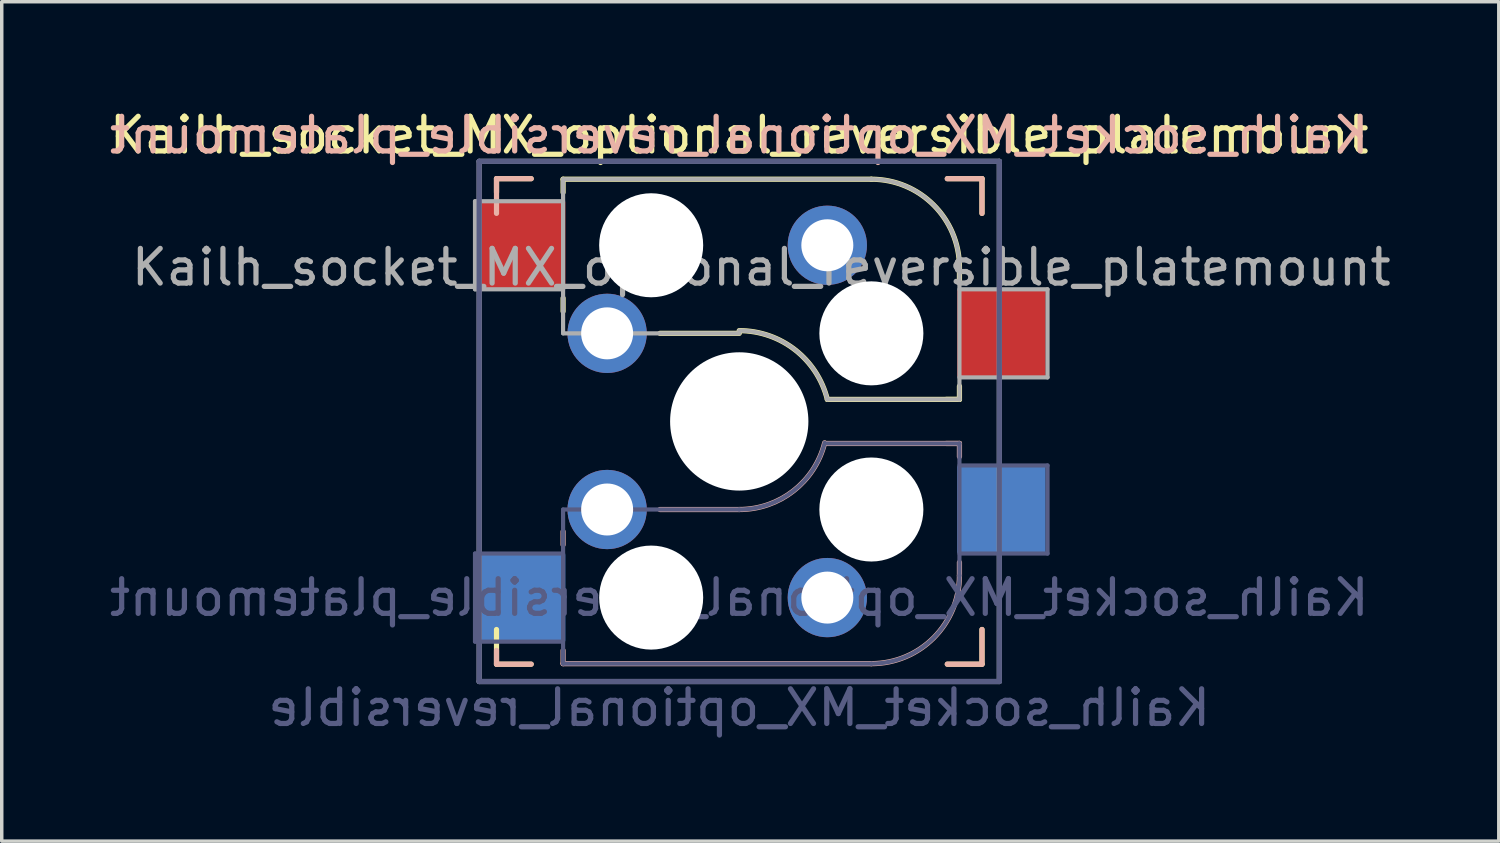
<source format=kicad_pcb>
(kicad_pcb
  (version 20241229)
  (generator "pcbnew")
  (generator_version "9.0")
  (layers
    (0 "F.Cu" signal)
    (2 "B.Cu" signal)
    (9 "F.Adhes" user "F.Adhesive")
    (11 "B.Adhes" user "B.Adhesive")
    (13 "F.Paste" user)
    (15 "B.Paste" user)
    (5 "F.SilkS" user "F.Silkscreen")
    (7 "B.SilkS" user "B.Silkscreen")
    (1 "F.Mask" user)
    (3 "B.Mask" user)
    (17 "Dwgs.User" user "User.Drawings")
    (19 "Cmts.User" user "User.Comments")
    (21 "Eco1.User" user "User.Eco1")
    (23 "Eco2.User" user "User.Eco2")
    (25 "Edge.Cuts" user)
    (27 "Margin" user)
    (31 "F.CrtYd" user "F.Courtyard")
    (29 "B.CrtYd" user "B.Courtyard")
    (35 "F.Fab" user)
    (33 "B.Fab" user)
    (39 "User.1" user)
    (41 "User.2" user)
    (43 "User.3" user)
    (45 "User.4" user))
  (footprint "Kailh_socket_MX_optional_reversible_platemount"
    (layer "F.Cu")
    (at 18.268 9.103)
    (property "Reference" "Kailh_socket_MX_optional_reversible_platemount" (at 0 -8.255 0) (layer "F.SilkS") (effects (font (size 1 1) (thickness 0.15))))
    (property "Value" "Kailh_socket_MX_optional_reversible" (at 0 8.255 0) (layer "F.Fab") (hide yes) (effects (font (size 1 1) (thickness 0.15))))
    (attr smd)
    (fp_line (start -7 -7) (end -6 -7) (stroke (width 0.15) (type solid)) (layer "F.SilkS"))
    (fp_line (start -7 -6.604) (end -7 -7) (stroke (width 0.15) (type solid)) (layer "F.SilkS"))
    (fp_line (start -7 7) (end -7 6) (stroke (width 0.15) (type solid)) (layer "F.SilkS"))
    (fp_line (start -6 7) (end -7 7) (stroke (width 0.15) (type solid)) (layer "F.SilkS"))
    (fp_line (start -5.08 -6.985) (end -5.08 -6.604) (stroke (width 0.15) (type solid)) (layer "F.SilkS"))
    (fp_line (start -5.08 -3.556) (end -5.08 -3.175) (stroke (width 0.15) (type solid)) (layer "F.SilkS"))
    (fp_line (start -2.286 -2.54) (end 0 -2.54) (stroke (width 0.15) (type solid)) (layer "F.SilkS"))
    (fp_line (start 2.54 -0.635) (end 6.35 -0.635) (stroke (width 0.15) (type solid)) (layer "F.SilkS"))
    (fp_line (start 3.81 -6.985) (end -5.08 -6.985) (stroke (width 0.15) (type solid)) (layer "F.SilkS"))
    (fp_line (start 5.969 -0.635) (end 6.35 -0.635) (stroke (width 0.15) (type solid)) (layer "F.SilkS"))
    (fp_line (start 6 -7) (end 7 -7) (stroke (width 0.15) (type solid)) (layer "F.SilkS"))
    (fp_line (start 6.35 -4.445) (end 6.35 -4.064) (stroke (width 0.15) (type solid)) (layer "F.SilkS"))
    (fp_line (start 6.35 -0.635) (end 6.35 -1.016) (stroke (width 0.15) (type solid)) (layer "F.SilkS"))
    (fp_line (start 7 -7) (end 7 -6) (stroke (width 0.15) (type solid)) (layer "F.SilkS"))
    (fp_line (start 7 6) (end 7 7) (stroke (width 0.15) (type solid)) (layer "F.SilkS"))
    (fp_line (start 7 7) (end 6 7) (stroke (width 0.15) (type solid)) (layer "F.SilkS"))
    (fp_arc (start 0.000001 -2.618171) (mid 1.611255 -2.063656) (end 2.539999 -0.634999) (stroke (width 0.15) (type solid)) (layer "F.SilkS"))
    (fp_arc (start 3.81 -6.985) (mid 5.606051 -6.241051) (end 6.35 -4.445) (stroke (width 0.15) (type solid)) (layer "F.SilkS"))
    (fp_line (start -7 -7) (end -6 -7) (stroke (width 0.15) (type solid)) (layer "B.SilkS"))
    (fp_line (start -7 -6) (end -7 -7) (stroke (width 0.15) (type solid)) (layer "B.SilkS"))
    (fp_line (start -7 7) (end -7 6.604) (stroke (width 0.15) (type solid)) (layer "B.SilkS"))
    (fp_line (start -6 7) (end -7 7) (stroke (width 0.15) (type solid)) (layer "B.SilkS"))
    (fp_line (start -5.08 3.175) (end -5.08 3.556) (stroke (width 0.15) (type solid)) (layer "B.SilkS"))
    (fp_line (start -5.08 6.604) (end -5.08 6.985) (stroke (width 0.15) (type solid)) (layer "B.SilkS"))
    (fp_line (start -5.08 6.985) (end 3.81 6.985) (stroke (width 0.15) (type solid)) (layer "B.SilkS"))
    (fp_line (start 0 2.54) (end -2.286 2.54) (stroke (width 0.15) (type solid)) (layer "B.SilkS"))
    (fp_line (start 6 -7) (end 7 -7) (stroke (width 0.15) (type solid)) (layer "B.SilkS"))
    (fp_line (start 6.35 0.635) (end 2.54 0.635) (stroke (width 0.15) (type solid)) (layer "B.SilkS"))
    (fp_line (start 6.35 0.635) (end 5.969 0.635) (stroke (width 0.15) (type solid)) (layer "B.SilkS"))
    (fp_line (start 6.35 1.016) (end 6.35 0.635) (stroke (width 0.15) (type solid)) (layer "B.SilkS"))
    (fp_line (start 6.35 4.445) (end 6.35 4.064) (stroke (width 0.15) (type solid)) (layer "B.SilkS"))
    (fp_line (start 7 -7) (end 7 -6) (stroke (width 0.15) (type solid)) (layer "B.SilkS"))
    (fp_line (start 7 6) (end 7 7) (stroke (width 0.15) (type solid)) (layer "B.SilkS"))
    (fp_line (start 7 7) (end 6 7) (stroke (width 0.15) (type solid)) (layer "B.SilkS"))
    (fp_arc (start 2.464162 0.61604) (mid 1.563147 2.002042) (end 0 2.54) (stroke (width 0.15) (type solid)) (layer "B.SilkS"))
    (fp_arc (start 6.35 4.445) (mid 5.606051 6.241051) (end 3.81 6.985) (stroke (width 0.15) (type solid)) (layer "B.SilkS"))
    (fp_line (start -6.9 6.9) (end -6.9 -6.9) (stroke (width 0.15) (type solid)) (layer "Eco2.User"))
    (fp_line (start -6.9 6.9) (end 6.9 6.9) (stroke (width 0.15) (type solid)) (layer "Eco2.User"))
    (fp_line (start 6.9 -6.9) (end -6.9 -6.9) (stroke (width 0.15) (type solid)) (layer "Eco2.User"))
    (fp_line (start 6.9 -6.9) (end 6.9 6.9) (stroke (width 0.15) (type solid)) (layer "Eco2.User"))
    (fp_line (start -7.62 3.81) (end -7.62 6.35) (stroke (width 0.12) (type solid)) (layer "B.Fab"))
    (fp_line (start -7.62 6.35) (end -5.08 6.35) (stroke (width 0.12) (type solid)) (layer "B.Fab"))
    (fp_line (start -7.5 -7.5) (end 7.5 -7.5) (stroke (width 0.15) (type solid)) (layer "B.Fab"))
    (fp_line (start -7.5 7.5) (end -7.5 -7.5) (stroke (width 0.15) (type solid)) (layer "B.Fab"))
    (fp_line (start -5.08 2.54) (end -5.08 6.985) (stroke (width 0.12) (type solid)) (layer "B.Fab"))
    (fp_line (start -5.08 3.81) (end -7.62 3.81) (stroke (width 0.12) (type solid)) (layer "B.Fab"))
    (fp_line (start -5.08 6.985) (end 3.81 6.985) (stroke (width 0.12) (type solid)) (layer "B.Fab"))
    (fp_line (start 0 2.54) (end -5.08 2.54) (stroke (width 0.12) (type solid)) (layer "B.Fab"))
    (fp_line (start 6.35 0.635) (end 2.54 0.635) (stroke (width 0.12) (type solid)) (layer "B.Fab"))
    (fp_line (start 6.35 3.81) (end 8.89 3.81) (stroke (width 0.12) (type solid)) (layer "B.Fab"))
    (fp_line (start 6.35 4.445) (end 6.35 0.635) (stroke (width 0.12) (type solid)) (layer "B.Fab"))
    (fp_line (start 7.5 -7.5) (end 7.5 7.5) (stroke (width 0.15) (type solid)) (layer "B.Fab"))
    (fp_line (start 7.5 7.5) (end -7.5 7.5) (stroke (width 0.15) (type solid)) (layer "B.Fab"))
    (fp_line (start 8.89 1.27) (end 6.35 1.27) (stroke (width 0.12) (type solid)) (layer "B.Fab"))
    (fp_line (start 8.89 3.81) (end 8.89 1.27) (stroke (width 0.12) (type solid)) (layer "B.Fab"))
    (fp_arc (start 2.464162 0.61604) (mid 1.563147 2.002042) (end 0 2.54) (stroke (width 0.12) (type solid)) (layer "B.Fab"))
    (fp_arc (start 6.35 4.445) (mid 5.606051 6.241051) (end 3.81 6.985) (stroke (width 0.12) (type solid)) (layer "B.Fab"))
    (fp_line (start -7.62 -6.35) (end -7.62 -3.81) (stroke (width 0.12) (type solid)) (layer "F.Fab"))
    (fp_line (start -7.62 -3.81) (end -5.08 -3.81) (stroke (width 0.12) (type solid)) (layer "F.Fab"))
    (fp_line (start -7.5 -7.5) (end 7.5 -7.5) (stroke (width 0.15) (type solid)) (layer "F.Fab"))
    (fp_line (start -7.5 7.5) (end -7.5 -7.5) (stroke (width 0.15) (type solid)) (layer "F.Fab"))
    (fp_line (start -5.08 -6.985) (end -5.08 -2.54) (stroke (width 0.12) (type solid)) (layer "F.Fab"))
    (fp_line (start -5.08 -6.35) (end -7.62 -6.35) (stroke (width 0.12) (type solid)) (layer "F.Fab"))
    (fp_line (start -5.08 -2.54) (end 0 -2.54) (stroke (width 0.12) (type solid)) (layer "F.Fab"))
    (fp_line (start 2.54 -0.635) (end 6.35 -0.635) (stroke (width 0.12) (type solid)) (layer "F.Fab"))
    (fp_line (start 3.81 -6.985) (end -5.08 -6.985) (stroke (width 0.12) (type solid)) (layer "F.Fab"))
    (fp_line (start 6.35 -1.27) (end 8.89 -1.27) (stroke (width 0.12) (type solid)) (layer "F.Fab"))
    (fp_line (start 6.35 -0.635) (end 6.35 -4.445) (stroke (width 0.12) (type solid)) (layer "F.Fab"))
    (fp_line (start 7.5 -7.5) (end 7.5 7.5) (stroke (width 0.15) (type solid)) (layer "F.Fab"))
    (fp_line (start 7.5 7.5) (end -7.5 7.5) (stroke (width 0.15) (type solid)) (layer "F.Fab"))
    (fp_line (start 8.89 -3.81) (end 6.35 -3.81) (stroke (width 0.12) (type solid)) (layer "F.Fab"))
    (fp_line (start 8.89 -1.27) (end 8.89 -3.81) (stroke (width 0.12) (type solid)) (layer "F.Fab"))
    (fp_arc (start 0.000001 -2.618171) (mid 1.611255 -2.063656) (end 2.539999 -0.634999) (stroke (width 0.12) (type solid)) (layer "F.Fab"))
    (fp_arc (start 3.81 -6.985) (mid 5.606051 -6.241051) (end 6.35 -4.445) (stroke (width 0.12) (type solid)) (layer "F.Fab"))
    (fp_text user "${REFERENCE}" (at 0 -8.255 0) (layer "B.SilkS") (effects (font (size 1 1) (thickness 0.15)) (justify mirror)))
    (fp_text user "${REFERENCE}" (at 0 5.08 0) (layer "B.Fab") (effects (font (size 1 1) (thickness 0.15)) (justify mirror)))
    (fp_text user "${VALUE}" (at 0 8.255 0) (layer "B.Fab") (effects (font (size 1 1) (thickness 0.15)) (justify mirror)))
    (fp_text user "${REFERENCE}" (at 0.635 -4.445 0) (layer "F.Fab") (effects (font (size 1 1) (thickness 0.15))))
    (pad "" np_thru_hole circle (at -2.54 -5.08) (size 3 3) (drill 3) (layers "*.Cu" "*.Mask"))
    (pad "" np_thru_hole circle (at -2.54 5.08) (size 3 3) (drill 3) (layers "*.Cu" "*.Mask"))
    (pad "" np_thru_hole circle (at 0 0) (size 3.988 3.988) (drill 3.988) (layers "*.Cu" "*.Mask"))
    (pad "" np_thru_hole circle (at 3.81 -2.54) (size 3 3) (drill 3) (layers "*.Cu" "*.Mask"))
    (pad "" np_thru_hole circle (at 3.81 2.54) (size 3 3) (drill 3) (layers "*.Cu" "*.Mask"))
    (pad "1" smd rect (at -6.29 -5.08) (size 2.55 2.5) (layers "F.Cu" "F.Mask" "F.Paste"))
    (pad "1" smd rect (at -6.29 5.08) (size 2.55 2.5) (layers "B.Cu" "B.Mask" "B.Paste"))
    (pad "1" thru_hole circle (at -3.81 -2.54) (size 2.286 2.286) (drill 1.499) (layers "*.Cu" "*.Mask"))
    (pad "1" thru_hole circle (at -3.81 2.54) (size 2.286 2.286) (drill 1.499) (layers "*.Cu" "*.Mask"))
    (pad "2" thru_hole circle (at 2.54 -5.08) (size 2.286 2.286) (drill 1.499) (layers "*.Cu" "*.Mask"))
    (pad "2" thru_hole circle (at 2.54 5.08) (size 2.286 2.286) (drill 1.499) (layers "*.Cu" "*.Mask"))
    (pad "2" smd rect (at 7.56 -2.54) (size 2.55 2.5) (layers "F.Cu" "F.Mask" "F.Paste"))
    (pad "2" smd rect (at 7.56 2.54) (size 2.55 2.5) (layers "B.Cu" "B.Mask" "B.Paste")))
  (gr_rect
    (start -3 -3)
    (end 40.171 21.206)
    (stroke (width 0.1) (type default))
    (fill no)
    (layer "Edge.Cuts")))
</source>
